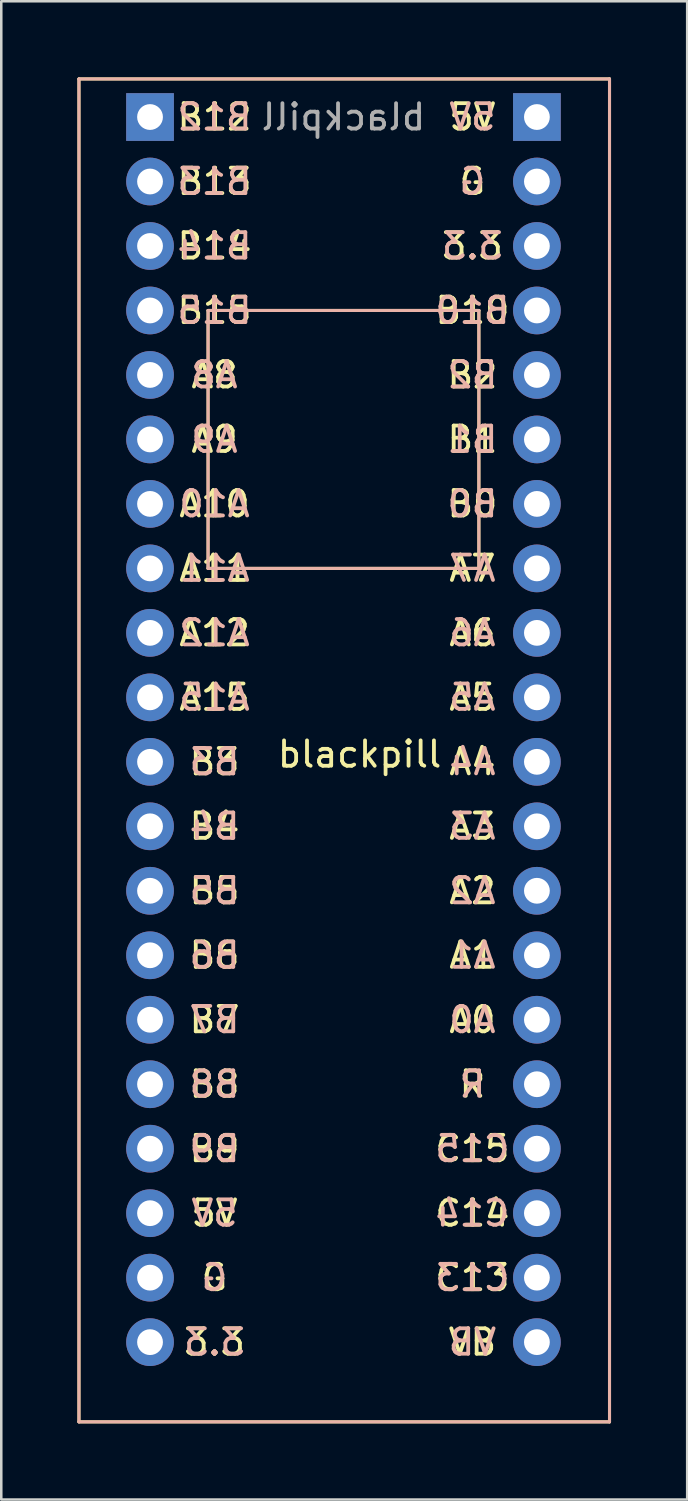
<source format=kicad_pcb>
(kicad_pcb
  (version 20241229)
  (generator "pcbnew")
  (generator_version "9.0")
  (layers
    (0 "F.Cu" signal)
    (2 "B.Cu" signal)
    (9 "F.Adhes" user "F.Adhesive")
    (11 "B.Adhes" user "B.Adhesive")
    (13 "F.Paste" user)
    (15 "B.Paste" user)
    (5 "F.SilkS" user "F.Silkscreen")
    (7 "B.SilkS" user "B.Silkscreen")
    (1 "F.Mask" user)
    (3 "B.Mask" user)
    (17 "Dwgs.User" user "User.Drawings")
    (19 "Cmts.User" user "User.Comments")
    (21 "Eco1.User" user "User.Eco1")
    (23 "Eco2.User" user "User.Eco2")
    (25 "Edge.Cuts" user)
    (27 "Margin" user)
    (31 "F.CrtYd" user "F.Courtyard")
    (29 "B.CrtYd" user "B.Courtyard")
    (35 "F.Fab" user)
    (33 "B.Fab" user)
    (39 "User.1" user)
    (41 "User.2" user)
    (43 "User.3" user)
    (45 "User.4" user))
  (footprint "blackpill"
    (layer "F.Cu")
    (at 10.48 1.56)
    (property "Reference" "blackpill" (at 0.635 25.1 0) (layer "F.SilkS") (effects (font (size 1 1) (thickness 0.15))))
    (attr through_hole)
    (fp_line (start -10.42 -1.5) (end 10.48 -1.5) (stroke (width 0.12) (type solid)) (layer "F.SilkS"))
    (fp_line (start -10.42 51.4) (end -10.42 -1.5) (stroke (width 0.12) (type solid)) (layer "F.SilkS"))
    (fp_line (start -5.334 7.62) (end -5.334 17.78) (stroke (width 0.12) (type solid)) (layer "F.SilkS"))
    (fp_line (start -5.334 17.78) (end 5.334 17.78) (stroke (width 0.12) (type solid)) (layer "F.SilkS"))
    (fp_line (start 5.334 7.62) (end -5.334 7.62) (stroke (width 0.12) (type solid)) (layer "F.SilkS"))
    (fp_line (start 5.334 17.78) (end 5.334 7.62) (stroke (width 0.12) (type solid)) (layer "F.SilkS"))
    (fp_line (start 10.48 -1.5) (end 10.48 51.4) (stroke (width 0.12) (type solid)) (layer "F.SilkS"))
    (fp_line (start 10.48 51.4) (end -10.42 51.4) (stroke (width 0.12) (type solid)) (layer "F.SilkS"))
    (fp_line (start -10.42 -1.5) (end 10.48 -1.5) (stroke (width 0.12) (type solid)) (layer "B.SilkS"))
    (fp_line (start -10.42 51.4) (end -10.42 -1.5) (stroke (width 0.12) (type solid)) (layer "B.SilkS"))
    (fp_line (start -5.334 7.62) (end 5.334 7.62) (stroke (width 0.12) (type solid)) (layer "B.SilkS"))
    (fp_line (start -5.334 17.78) (end -5.334 7.62) (stroke (width 0.12) (type solid)) (layer "B.SilkS"))
    (fp_line (start 5.334 7.62) (end 5.334 17.78) (stroke (width 0.12) (type solid)) (layer "B.SilkS"))
    (fp_line (start 5.334 17.78) (end -5.334 17.78) (stroke (width 0.12) (type solid)) (layer "B.SilkS"))
    (fp_line (start 10.48 -1.5) (end 10.48 51.4) (stroke (width 0.12) (type solid)) (layer "B.SilkS"))
    (fp_line (start 10.48 51.4) (end -10.42 51.4) (stroke (width 0.12) (type solid)) (layer "B.SilkS"))
    (fp_text user "C15" (at 5.08 40.64 0) (layer "F.SilkS") (effects (font (size 1 1) (thickness 0.15))))
    (fp_text user "B15" (at -5.08 7.62 0) (layer "F.SilkS") (effects (font (size 1 1) (thickness 0.15))))
    (fp_text user "B0" (at 5.08 15.24 0) (layer "F.SilkS") (effects (font (size 1 1) (thickness 0.15))))
    (fp_text user "B14" (at -5.08 5.08 0) (layer "F.SilkS") (effects (font (size 1 1) (thickness 0.15))))
    (fp_text user "5V" (at -5.08 43.18 0) (layer "F.SilkS") (effects (font (size 1 1) (thickness 0.15))))
    (fp_text user "A1" (at 5.08 33.02 0) (layer "F.SilkS") (effects (font (size 1 1) (thickness 0.15))))
    (fp_text user "A4" (at 5.08 25.4 0) (layer "F.SilkS") (effects (font (size 1 1) (thickness 0.15))))
    (fp_text user "C14" (at 5.08 43.18 0) (layer "F.SilkS") (effects (font (size 1 1) (thickness 0.15))))
    (fp_text user "A11" (at -5.08 17.78 0) (layer "F.SilkS") (effects (font (size 1 1) (thickness 0.15))))
    (fp_text user "B5" (at -5.08 30.48 0) (layer "F.SilkS") (effects (font (size 1 1) (thickness 0.15))))
    (fp_text user "B2" (at 5.08 10.16 0) (layer "F.SilkS") (effects (font (size 1 1) (thickness 0.15))))
    (fp_text user "B12" (at -5.08 0 0) (layer "F.SilkS") (effects (font (size 1 1) (thickness 0.15))))
    (fp_text user "VB" (at 5.08 48.26 0) (layer "F.SilkS") (effects (font (size 1 1) (thickness 0.15))))
    (fp_text user "B8" (at -5.08 38.1 0) (layer "F.SilkS") (effects (font (size 1 1) (thickness 0.15))))
    (fp_text user "C13" (at 5.08 45.72 0) (layer "F.SilkS") (effects (font (size 1 1) (thickness 0.15))))
    (fp_text user "B7" (at -5.08 35.56 0) (layer "F.SilkS") (effects (font (size 1 1) (thickness 0.15))))
    (fp_text user "B6" (at -5.08 33.02 0) (layer "F.SilkS") (effects (font (size 1 1) (thickness 0.15))))
    (fp_text user "B13" (at -5.08 2.54 0) (layer "F.SilkS") (effects (font (size 1 1) (thickness 0.15))))
    (fp_text user "A15" (at -5.08 22.86 0) (layer "F.SilkS") (effects (font (size 1 1) (thickness 0.15))))
    (fp_text user "3.3" (at -5.08 48.26 0) (layer "F.SilkS") (effects (font (size 1 1) (thickness 0.15))))
    (fp_text user "A7" (at 5.08 17.78 0) (layer "F.SilkS") (effects (font (size 1 1) (thickness 0.15))))
    (fp_text user "A2" (at 5.08 30.48 0) (layer "F.SilkS") (effects (font (size 1 1) (thickness 0.15))))
    (fp_text user "G" (at -5.08 45.72 0) (layer "F.SilkS") (effects (font (size 1 1) (thickness 0.15))))
    (fp_text user "B9" (at -5.08 40.64 0) (layer "F.SilkS") (effects (font (size 1 1) (thickness 0.15))))
    (fp_text user "5V" (at 5.08 0 0) (layer "F.SilkS") (effects (font (size 1 1) (thickness 0.15))))
    (fp_text user "A8" (at -5.08 10.16 0) (layer "F.SilkS") (effects (font (size 1 1) (thickness 0.15))))
    (fp_text user "B4" (at -5.08 27.94 0) (layer "F.SilkS") (effects (font (size 1 1) (thickness 0.15))))
    (fp_text user "A12" (at -5.08 20.32 0) (layer "F.SilkS") (effects (font (size 1 1) (thickness 0.15))))
    (fp_text user "A9" (at -5.08 12.7 0) (layer "F.SilkS") (effects (font (size 1 1) (thickness 0.15))))
    (fp_text user "A10" (at -5.08 15.24 0) (layer "F.SilkS") (effects (font (size 1 1) (thickness 0.15))))
    (fp_text user "R" (at 5.08 38.1 0) (layer "F.SilkS") (effects (font (size 1 1) (thickness 0.15))))
    (fp_text user "A5" (at 5.08 22.86 0) (layer "F.SilkS") (effects (font (size 1 1) (thickness 0.15))))
    (fp_text user "3.3" (at 5.08 5.08 0) (layer "F.SilkS") (effects (font (size 1 1) (thickness 0.15))))
    (fp_text user "B10" (at 5.08 7.62 0) (layer "F.SilkS") (effects (font (size 1 1) (thickness 0.15))))
    (fp_text user "B1" (at 5.08 12.7 0) (layer "F.SilkS") (effects (font (size 1 1) (thickness 0.15))))
    (fp_text user "A3" (at 5.08 27.94 0) (layer "F.SilkS") (effects (font (size 1 1) (thickness 0.15))))
    (fp_text user "G" (at 5.08 2.54 0) (layer "F.SilkS") (effects (font (size 1 1) (thickness 0.15))))
    (fp_text user "A0" (at 5.08 35.56 0) (layer "F.SilkS") (effects (font (size 1 1) (thickness 0.15))))
    (fp_text user "A6" (at 5.08 20.32 0) (layer "F.SilkS") (effects (font (size 1 1) (thickness 0.15))))
    (fp_text user "B3" (at -5.08 25.4 0) (layer "F.SilkS") (effects (font (size 1 1) (thickness 0.15))))
    (fp_text user "A2" (at 5.08 30.48 0) (layer "B.SilkS") (effects (font (size 1 1) (thickness 0.15)) (justify mirror)))
    (fp_text user "C14" (at 5.08 43.18 0) (layer "B.SilkS") (effects (font (size 1 1) (thickness 0.15)) (justify mirror)))
    (fp_text user "B3" (at -5.08 25.4 0) (layer "B.SilkS") (effects (font (size 1 1) (thickness 0.15)) (justify mirror)))
    (fp_text user "A12" (at -5.08 20.32 0) (layer "B.SilkS") (effects (font (size 1 1) (thickness 0.15)) (justify mirror)))
    (fp_text user "B15" (at -5.08 7.62 0) (layer "B.SilkS") (effects (font (size 1 1) (thickness 0.15)) (justify mirror)))
    (fp_text user "C13" (at 5.08 45.72 0) (layer "B.SilkS") (effects (font (size 1 1) (thickness 0.15)) (justify mirror)))
    (fp_text user "A9" (at -5.08 12.7 0) (layer "B.SilkS") (effects (font (size 1 1) (thickness 0.15)) (justify mirror)))
    (fp_text user "A15" (at -5.08 22.86 0) (layer "B.SilkS") (effects (font (size 1 1) (thickness 0.15)) (justify mirror)))
    (fp_text user "B0" (at 5.08 15.24 0) (layer "B.SilkS") (effects (font (size 1 1) (thickness 0.15)) (justify mirror)))
    (fp_text user "A1" (at 5.08 33.02 0) (layer "B.SilkS") (effects (font (size 1 1) (thickness 0.15)) (justify mirror)))
    (fp_text user "B4" (at -5.08 27.94 0) (layer "B.SilkS") (effects (font (size 1 1) (thickness 0.15)) (justify mirror)))
    (fp_text user "B2" (at 5.08 10.16 0) (layer "B.SilkS") (effects (font (size 1 1) (thickness 0.15)) (justify mirror)))
    (fp_text user "5V" (at -5.08 43.18 0) (layer "B.SilkS") (effects (font (size 1 1) (thickness 0.15)) (justify mirror)))
    (fp_text user "R" (at 5.08 38.1 0) (layer "B.SilkS") (effects (font (size 1 1) (thickness 0.15)) (justify mirror)))
    (fp_text user "B5" (at -5.08 30.48 0) (layer "B.SilkS") (effects (font (size 1 1) (thickness 0.15)) (justify mirror)))
    (fp_text user "B14" (at -5.08 5.08 0) (layer "B.SilkS") (effects (font (size 1 1) (thickness 0.15)) (justify mirror)))
    (fp_text user "A10" (at -5.08 15.24 0) (layer "B.SilkS") (effects (font (size 1 1) (thickness 0.15)) (justify mirror)))
    (fp_text user "C15" (at 5.08 40.64 0) (layer "B.SilkS") (effects (font (size 1 1) (thickness 0.15)) (justify mirror)))
    (fp_text user "5V" (at 5.08 0 0) (layer "B.SilkS") (effects (font (size 1 1) (thickness 0.15)) (justify mirror)))
    (fp_text user "A0" (at 5.08 35.56 0) (layer "B.SilkS") (effects (font (size 1 1) (thickness 0.15)) (justify mirror)))
    (fp_text user "B10" (at 5.08 7.62 0) (layer "B.SilkS") (effects (font (size 1 1) (thickness 0.15)) (justify mirror)))
    (fp_text user "A8" (at -5.08 10.16 0) (layer "B.SilkS") (effects (font (size 1 1) (thickness 0.15)) (justify mirror)))
    (fp_text user "A11" (at -5.08 17.78 0) (layer "B.SilkS") (effects (font (size 1 1) (thickness 0.15)) (justify mirror)))
    (fp_text user "B9" (at -5.08 40.64 0) (layer "B.SilkS") (effects (font (size 1 1) (thickness 0.15)) (justify mirror)))
    (fp_text user "B7" (at -5.08 35.56 0) (layer "B.SilkS") (effects (font (size 1 1) (thickness 0.15)) (justify mirror)))
    (fp_text user "A6" (at 5.08 20.32 0) (layer "B.SilkS") (effects (font (size 1 1) (thickness 0.15)) (justify mirror)))
    (fp_text user "A4" (at 5.08 25.4 0) (layer "B.SilkS") (effects (font (size 1 1) (thickness 0.15)) (justify mirror)))
    (fp_text user "A3" (at 5.08 27.94 0) (layer "B.SilkS") (effects (font (size 1 1) (thickness 0.15)) (justify mirror)))
    (fp_text user "B12" (at -5.08 0 0) (layer "B.SilkS") (effects (font (size 1 1) (thickness 0.15)) (justify mirror)))
    (fp_text user "G" (at -5.08 45.72 0) (layer "B.SilkS") (effects (font (size 1 1) (thickness 0.15)) (justify mirror)))
    (fp_text user "B8" (at -5.08 38.1 0) (layer "B.SilkS") (effects (font (size 1 1) (thickness 0.15)) (justify mirror)))
    (fp_text user "G" (at 5.08 2.54 0) (layer "B.SilkS") (effects (font (size 1 1) (thickness 0.15)) (justify mirror)))
    (fp_text user "3.3" (at 5.08 5.08 0) (layer "B.SilkS") (effects (font (size 1 1) (thickness 0.15)) (justify mirror)))
    (fp_text user "3.3" (at -5.08 48.26 0) (layer "B.SilkS") (effects (font (size 1 1) (thickness 0.15)) (justify mirror)))
    (fp_text user "B6" (at -5.08 33.02 0) (layer "B.SilkS") (effects (font (size 1 1) (thickness 0.15)) (justify mirror)))
    (fp_text user "A7" (at 5.08 17.78 0) (layer "B.SilkS") (effects (font (size 1 1) (thickness 0.15)) (justify mirror)))
    (fp_text user "A5" (at 5.08 22.86 0) (layer "B.SilkS") (effects (font (size 1 1) (thickness 0.15)) (justify mirror)))
    (fp_text user "VB" (at 5.08 48.26 0) (layer "B.SilkS") (effects (font (size 1 1) (thickness 0.15)) (justify mirror)))
    (fp_text user "B13" (at -5.08 2.54 0) (layer "B.SilkS") (effects (font (size 1 1) (thickness 0.15)) (justify mirror)))
    (fp_text user "B1" (at 5.08 12.7 0) (layer "B.SilkS") (effects (font (size 1 1) (thickness 0.15)) (justify mirror)))
    (fp_text user "${REFERENCE}" (at 0 0 0) (layer "F.Fab") (effects (font (size 1 1) (thickness 0.15)) (justify mirror)))
    (pad "1" thru_hole rect (at -7.62 0) (size 1.88 1.88) (drill 1.016) (layers "*.Cu" "*.Mask"))
    (pad "2" thru_hole circle (at -7.62 2.54) (size 1.88 1.88) (drill 1.016) (layers "*.Cu" "*.Mask"))
    (pad "3" thru_hole circle (at -7.62 5.08) (size 1.88 1.88) (drill 1.016) (layers "*.Cu" "*.Mask"))
    (pad "4" thru_hole circle (at -7.62 7.62) (size 1.88 1.88) (drill 1.016) (layers "*.Cu" "*.Mask"))
    (pad "5" thru_hole circle (at -7.62 10.16) (size 1.88 1.88) (drill 1.016) (layers "*.Cu" "*.Mask"))
    (pad "6" thru_hole circle (at -7.62 12.7) (size 1.88 1.88) (drill 1.016) (layers "*.Cu" "*.Mask"))
    (pad "7" thru_hole circle (at -7.62 15.24) (size 1.88 1.88) (drill 1.016) (layers "*.Cu" "*.Mask"))
    (pad "8" thru_hole circle (at -7.62 17.78) (size 1.88 1.88) (drill 1.016) (layers "*.Cu" "*.Mask"))
    (pad "9" thru_hole circle (at -7.62 20.32) (size 1.88 1.88) (drill 1.016) (layers "*.Cu" "*.Mask"))
    (pad "10" thru_hole circle (at -7.62 22.86) (size 1.88 1.88) (drill 1.016) (layers "*.Cu" "*.Mask"))
    (pad "11" thru_hole circle (at -7.62 25.4) (size 1.88 1.88) (drill 1.016) (layers "*.Cu" "*.Mask"))
    (pad "12" thru_hole circle (at -7.62 27.94) (size 1.88 1.88) (drill 1.016) (layers "*.Cu" "*.Mask"))
    (pad "13" thru_hole circle (at -7.62 30.48) (size 1.88 1.88) (drill 1.016) (layers "*.Cu" "*.Mask"))
    (pad "14" thru_hole circle (at -7.62 33.02) (size 1.88 1.88) (drill 1.016) (layers "*.Cu" "*.Mask"))
    (pad "15" thru_hole circle (at -7.62 35.56) (size 1.88 1.88) (drill 1.016) (layers "*.Cu" "*.Mask"))
    (pad "16" thru_hole circle (at -7.62 38.1) (size 1.88 1.88) (drill 1.016) (layers "*.Cu" "*.Mask"))
    (pad "17" thru_hole circle (at -7.62 40.64) (size 1.88 1.88) (drill 1.016) (layers "*.Cu" "*.Mask"))
    (pad "18" thru_hole circle (at -7.62 43.18) (size 1.88 1.88) (drill 1.016) (layers "*.Cu" "*.Mask"))
    (pad "19" thru_hole circle (at -7.62 45.72) (size 1.88 1.88) (drill 1.016) (layers "*.Cu" "*.Mask"))
    (pad "20" thru_hole circle (at -7.62 48.26) (size 1.88 1.88) (drill 1.016) (layers "*.Cu" "*.Mask"))
    (pad "21" thru_hole circle (at 7.62 48.26) (size 1.88 1.88) (drill 1.016) (layers "*.Cu" "*.Mask"))
    (pad "22" thru_hole circle (at 7.62 45.72) (size 1.88 1.88) (drill 1.016) (layers "*.Cu" "*.Mask"))
    (pad "23" thru_hole circle (at 7.62 43.18) (size 1.88 1.88) (drill 1.016) (layers "*.Cu" "*.Mask"))
    (pad "24" thru_hole circle (at 7.62 40.64) (size 1.88 1.88) (drill 1.016) (layers "*.Cu" "*.Mask"))
    (pad "25" thru_hole circle (at 7.62 38.1) (size 1.88 1.88) (drill 1.016) (layers "*.Cu" "*.Mask"))
    (pad "26" thru_hole circle (at 7.62 35.56) (size 1.88 1.88) (drill 1.016) (layers "*.Cu" "*.Mask"))
    (pad "27" thru_hole circle (at 7.62 33.02) (size 1.88 1.88) (drill 1.016) (layers "*.Cu" "*.Mask"))
    (pad "28" thru_hole circle (at 7.62 30.48) (size 1.88 1.88) (drill 1.016) (layers "*.Cu" "*.Mask"))
    (pad "29" thru_hole circle (at 7.62 27.94) (size 1.88 1.88) (drill 1.016) (layers "*.Cu" "*.Mask"))
    (pad "30" thru_hole circle (at 7.62 25.4) (size 1.88 1.88) (drill 1.016) (layers "*.Cu" "*.Mask"))
    (pad "31" thru_hole circle (at 7.62 22.86) (size 1.88 1.88) (drill 1.016) (layers "*.Cu" "*.Mask"))
    (pad "32" thru_hole circle (at 7.62 20.32) (size 1.88 1.88) (drill 1.016) (layers "*.Cu" "*.Mask"))
    (pad "33" thru_hole circle (at 7.62 17.78) (size 1.88 1.88) (drill 1.016) (layers "*.Cu" "*.Mask"))
    (pad "34" thru_hole circle (at 7.62 15.24) (size 1.88 1.88) (drill 1.016) (layers "*.Cu" "*.Mask"))
    (pad "35" thru_hole circle (at 7.62 12.7) (size 1.88 1.88) (drill 1.016) (layers "*.Cu" "*.Mask"))
    (pad "36" thru_hole circle (at 7.62 10.16) (size 1.88 1.88) (drill 1.016) (layers "*.Cu" "*.Mask"))
    (pad "37" thru_hole circle (at 7.62 7.62) (size 1.88 1.88) (drill 1.016) (layers "*.Cu" "*.Mask"))
    (pad "38" thru_hole circle (at 7.62 5.08) (size 1.88 1.88) (drill 1.016) (layers "*.Cu" "*.Mask"))
    (pad "39" thru_hole circle (at 7.62 2.54) (size 1.88 1.88) (drill 1.016) (layers "*.Cu" "*.Mask"))
    (pad "40" thru_hole rect (at 7.62 0) (size 1.88 1.88) (drill 1.016) (layers "*.Cu" "*.Mask")))
  (gr_rect
    (start -3 -3)
    (end 24.02 56.02)
    (stroke (width 0.1) (type default))
    (fill no)
    (layer "Edge.Cuts")))
</source>
